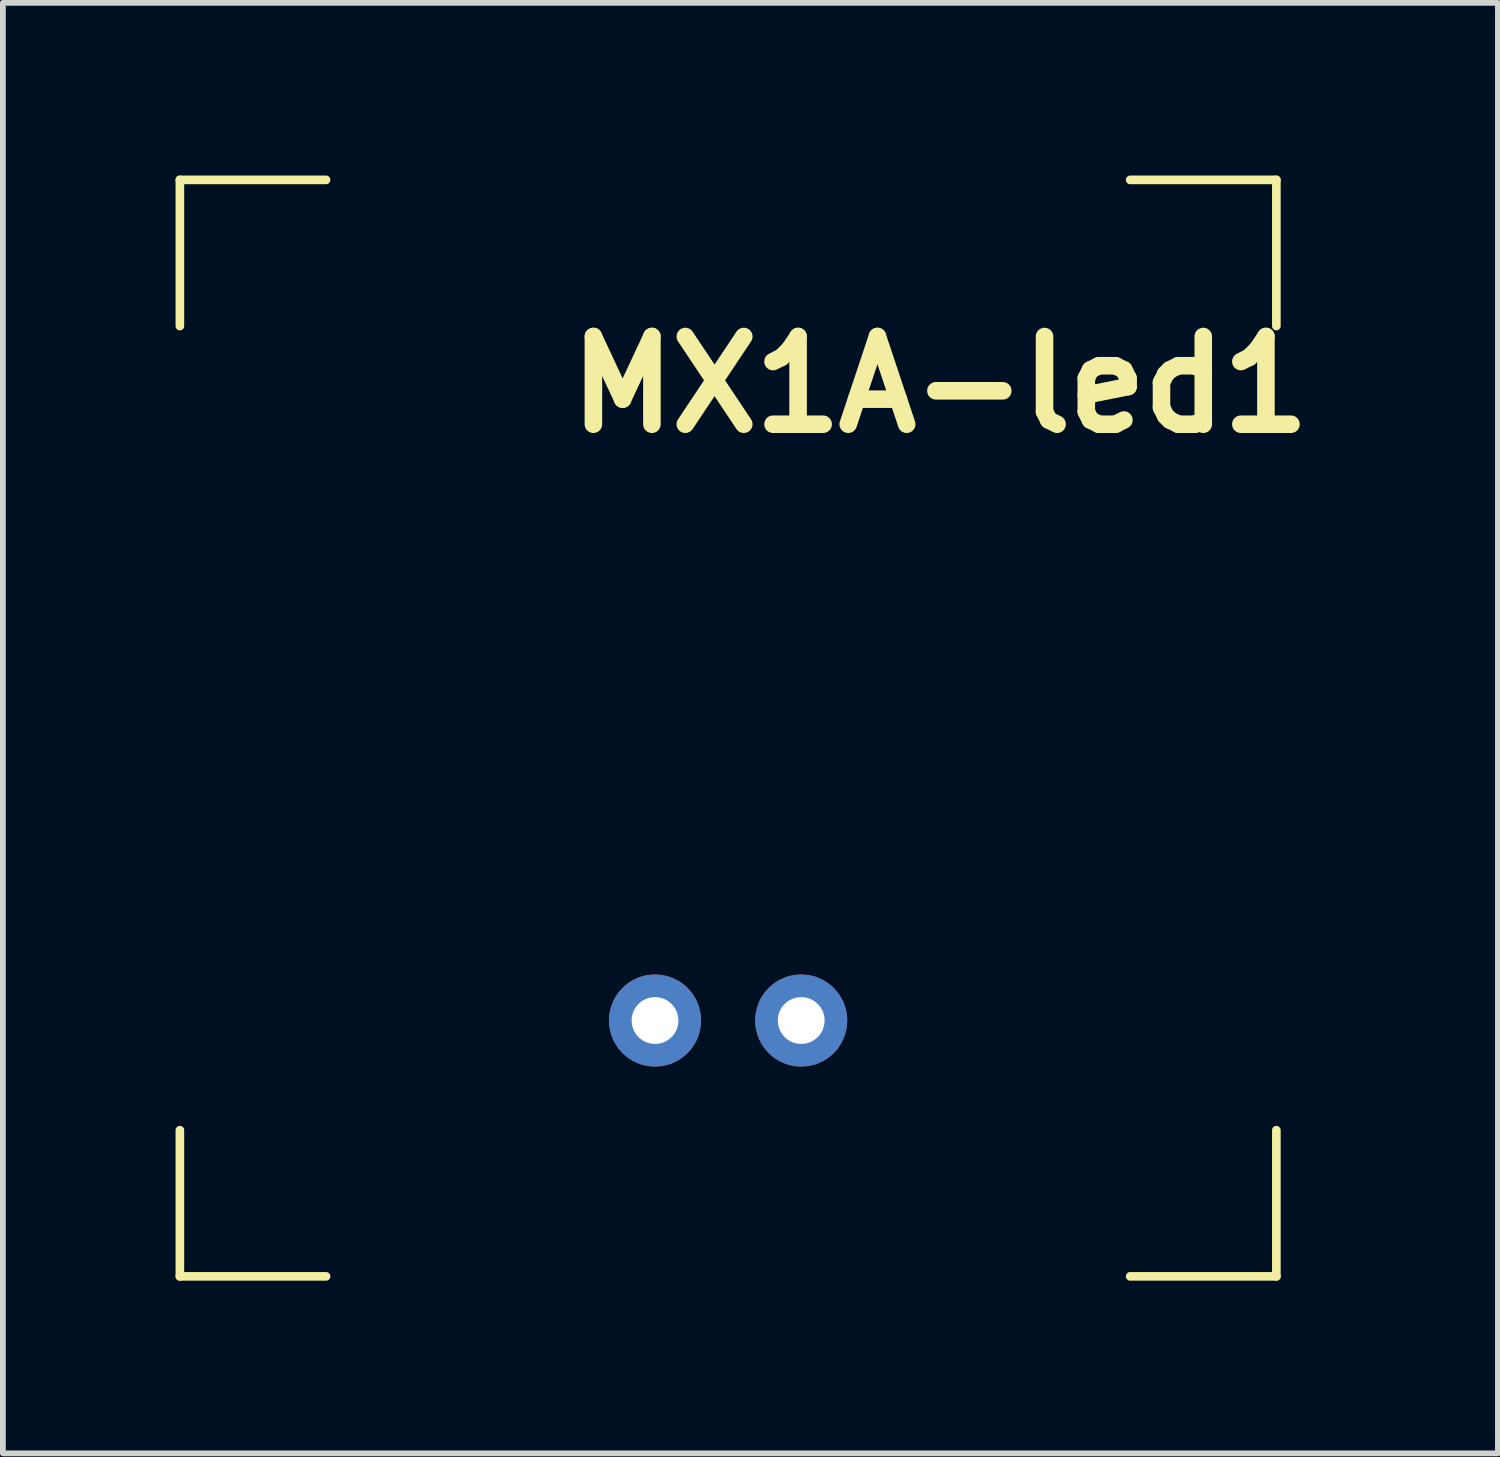
<source format=kicad_pcb>
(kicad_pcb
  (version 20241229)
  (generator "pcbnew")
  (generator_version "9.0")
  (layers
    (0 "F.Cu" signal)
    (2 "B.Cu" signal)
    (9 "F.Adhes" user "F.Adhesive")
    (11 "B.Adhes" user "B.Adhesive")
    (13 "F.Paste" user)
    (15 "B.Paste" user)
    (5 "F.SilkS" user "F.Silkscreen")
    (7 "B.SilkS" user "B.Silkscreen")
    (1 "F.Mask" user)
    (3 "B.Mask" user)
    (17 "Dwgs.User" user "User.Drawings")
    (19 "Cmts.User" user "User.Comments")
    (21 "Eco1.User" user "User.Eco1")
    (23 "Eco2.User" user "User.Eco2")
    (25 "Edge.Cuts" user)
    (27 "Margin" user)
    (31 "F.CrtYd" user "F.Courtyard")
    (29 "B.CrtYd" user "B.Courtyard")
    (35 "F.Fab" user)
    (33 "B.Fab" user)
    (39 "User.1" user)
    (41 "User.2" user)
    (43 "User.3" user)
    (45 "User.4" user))
  (footprint "MX1A-led1"
    (layer "F.Cu")
    (at 9.6 9.6)
    (property "Reference" "MX1A-led1" (at 3.683 -5.969 0) (layer "F.SilkS") (effects (font (size 1.524 1.524) (thickness 0.305))))
    (attr through_hole)
    (fp_line (start -9.525 -9.525) (end -9.525 -6.985) (stroke (width 0.15) (type solid)) (layer "F.SilkS"))
    (fp_line (start -9.525 9.525) (end -9.525 6.985) (stroke (width 0.15) (type solid)) (layer "F.SilkS"))
    (fp_line (start -6.985 -9.525) (end -9.525 -9.525) (stroke (width 0.15) (type solid)) (layer "F.SilkS"))
    (fp_line (start -6.985 9.525) (end -9.525 9.525) (stroke (width 0.15) (type solid)) (layer "F.SilkS"))
    (fp_line (start 6.985 -9.525) (end 9.525 -9.525) (stroke (width 0.15) (type solid)) (layer "F.SilkS"))
    (fp_line (start 9.525 -9.525) (end 9.525 -6.985) (stroke (width 0.15) (type solid)) (layer "F.SilkS"))
    (fp_line (start 9.525 6.985) (end 9.525 9.525) (stroke (width 0.15) (type solid)) (layer "F.SilkS"))
    (fp_line (start 9.525 9.525) (end 6.985 9.525) (stroke (width 0.15) (type solid)) (layer "F.SilkS"))
    (pad "1" thru_hole circle (at -1.27 5.08) (size 1.6 1.6) (drill 0.813) (layers "*.Cu" "*.Mask"))
    (pad "2" thru_hole circle (at 1.27 5.08) (size 1.6 1.6) (drill 0.813) (layers "*.Cu" "*.Mask")))
  (gr_rect
    (start -3 -3)
    (end 22.974 22.2)
    (stroke (width 0.1) (type default))
    (fill no)
    (layer "Edge.Cuts")))
</source>
